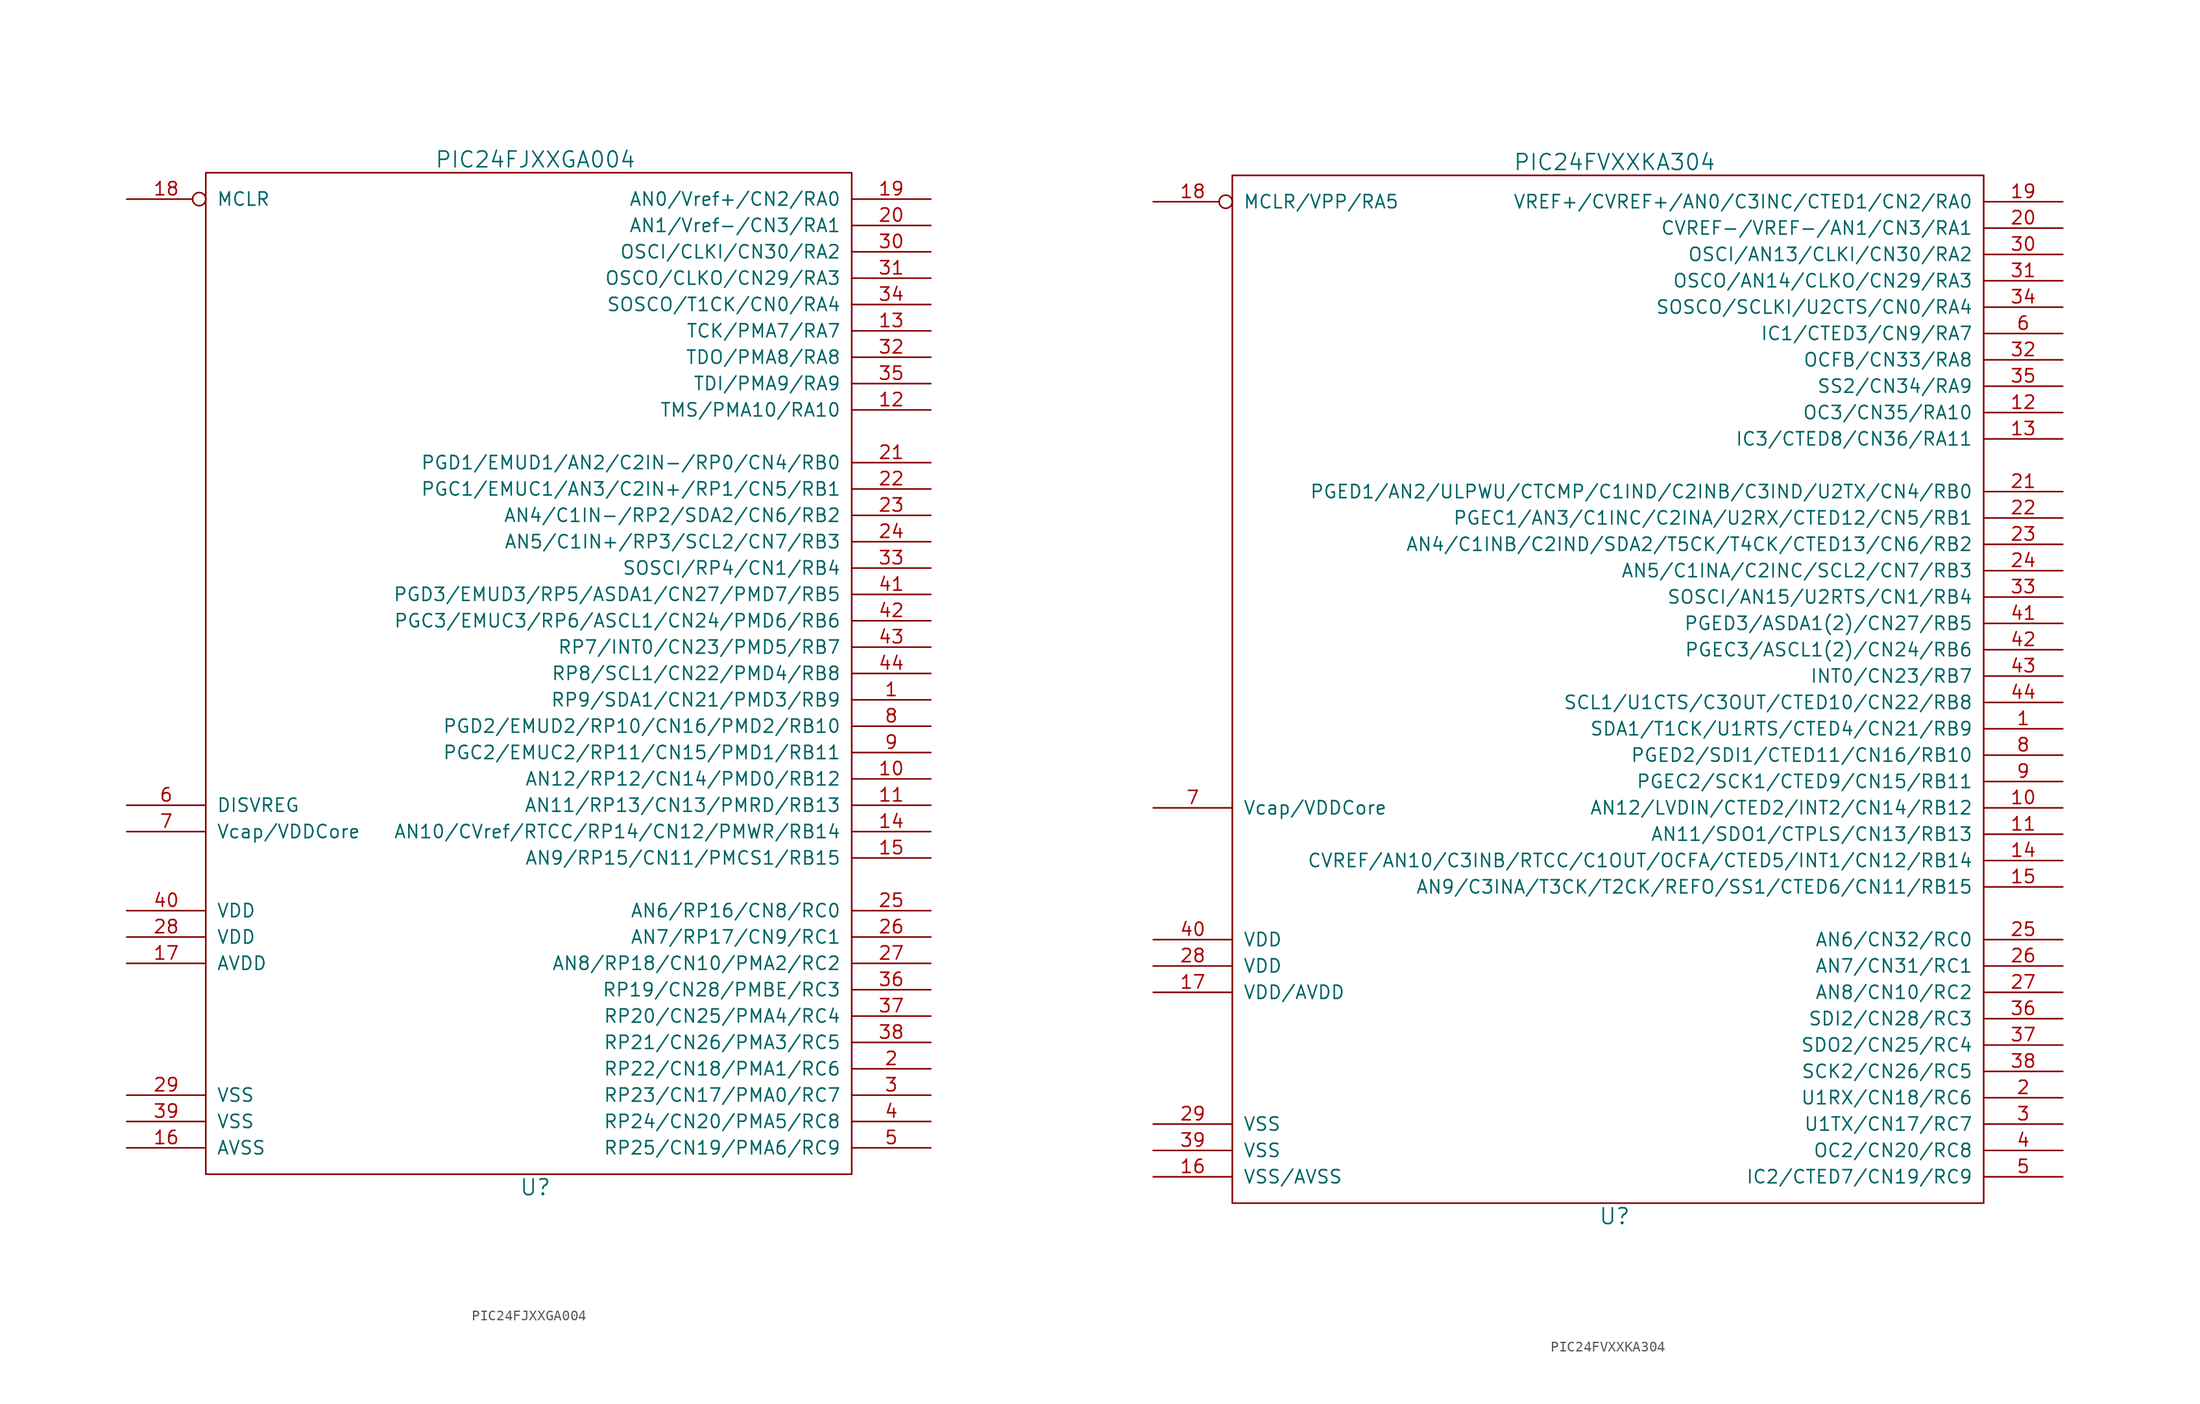
<source format=kicad_sym>
(kicad_symbol_lib
  (version 20231120)
  (generator "kicad_symbol_editor")
  (generator_version "8.0")
  (symbol "PIC24FJXXGA004"
    (pin_names
      (offset 1.016))
    (property "Reference" "U"
      (at 0 -49.53 0)
      (effects (font (size 1.524 1.524))))
    (property "Value" "PIC24FJXXGA004"
      (at 0 49.53 0)
      (effects (font (size 1.524 1.524))))
    (property "Footprint" ""
      (at 0 0 0)
      (effects (font (size 1.524 1.524))))
    (property "Datasheet" ""
      (at 0 0 0)
      (effects (font (size 1.524 1.524))))
    (symbol "PIC24FJXXGA004_0_1"
      (rectangle (start 30.48 48.26) (end -31.75 -48.26) (stroke (width 0) (type solid)) (fill (type none))))
    (symbol "PIC24FJXXGA004_1_1"
      (pin bidirectional line (at 38.1 -2.54 180) (length 7.62) (name "RP9/SDA1/CN21/PMD3/RB9" (effects (font (size 1.27 1.27)))) (number "1" (effects (font (size 1.27 1.27)))))
      (pin bidirectional line (at 38.1 -10.16 180) (length 7.62) (name "AN12/RP12/CN14/PMD0/RB12" (effects (font (size 1.27 1.27)))) (number "10" (effects (font (size 1.27 1.27)))))
      (pin bidirectional line (at 38.1 -12.7 180) (length 7.62) (name "AN11/RP13/CN13/PMRD/RB13" (effects (font (size 1.27 1.27)))) (number "11" (effects (font (size 1.27 1.27)))))
      (pin bidirectional line (at 38.1 25.4 180) (length 7.62) (name "TMS/PMA10/RA10" (effects (font (size 1.27 1.27)))) (number "12" (effects (font (size 1.27 1.27)))))
      (pin bidirectional line (at 38.1 33.02 180) (length 7.62) (name "TCK/PMA7/RA7" (effects (font (size 1.27 1.27)))) (number "13" (effects (font (size 1.27 1.27)))))
      (pin bidirectional line (at 38.1 -15.24 180) (length 7.62) (name "AN10/CVref/RTCC/RP14/CN12/PMWR/RB14" (effects (font (size 1.27 1.27)))) (number "14" (effects (font (size 1.27 1.27)))))
      (pin bidirectional line (at 38.1 -17.78 180) (length 7.62) (name "AN9/RP15/CN11/PMCS1/RB15" (effects (font (size 1.27 1.27)))) (number "15" (effects (font (size 1.27 1.27)))))
      (pin power_in line (at -39.37 -45.72 0) (length 7.62) (name "AVSS" (effects (font (size 1.27 1.27)))) (number "16" (effects (font (size 1.27 1.27)))))
      (pin power_in line (at -39.37 -27.94 0) (length 7.62) (name "AVDD" (effects (font (size 1.27 1.27)))) (number "17" (effects (font (size 1.27 1.27)))))
      (pin input inverted (at -39.37 45.72 0) (length 7.62) (name "MCLR" (effects (font (size 1.27 1.27)))) (number "18" (effects (font (size 1.27 1.27)))))
      (pin bidirectional line (at 38.1 45.72 180) (length 7.62) (name "AN0/Vref+/CN2/RA0" (effects (font (size 1.27 1.27)))) (number "19" (effects (font (size 1.27 1.27)))))
      (pin bidirectional line (at 38.1 -38.1 180) (length 7.62) (name "RP22/CN18/PMA1/RC6" (effects (font (size 1.27 1.27)))) (number "2" (effects (font (size 1.27 1.27)))))
      (pin bidirectional line (at 38.1 43.18 180) (length 7.62) (name "AN1/Vref-/CN3/RA1" (effects (font (size 1.27 1.27)))) (number "20" (effects (font (size 1.27 1.27)))))
      (pin bidirectional line (at 38.1 20.32 180) (length 7.62) (name "PGD1/EMUD1/AN2/C2IN-/RP0/CN4/RB0" (effects (font (size 1.27 1.27)))) (number "21" (effects (font (size 1.27 1.27)))))
      (pin bidirectional line (at 38.1 17.78 180) (length 7.62) (name "PGC1/EMUC1/AN3/C2IN+/RP1/CN5/RB1" (effects (font (size 1.27 1.27)))) (number "22" (effects (font (size 1.27 1.27)))))
      (pin bidirectional line (at 38.1 15.24 180) (length 7.62) (name "AN4/C1IN-/RP2/SDA2/CN6/RB2" (effects (font (size 1.27 1.27)))) (number "23" (effects (font (size 1.27 1.27)))))
      (pin bidirectional line (at 38.1 12.7 180) (length 7.62) (name "AN5/C1IN+/RP3/SCL2/CN7/RB3" (effects (font (size 1.27 1.27)))) (number "24" (effects (font (size 1.27 1.27)))))
      (pin bidirectional line (at 38.1 -22.86 180) (length 7.62) (name "AN6/RP16/CN8/RC0" (effects (font (size 1.27 1.27)))) (number "25" (effects (font (size 1.27 1.27)))))
      (pin bidirectional line (at 38.1 -25.4 180) (length 7.62) (name "AN7/RP17/CN9/RC1" (effects (font (size 1.27 1.27)))) (number "26" (effects (font (size 1.27 1.27)))))
      (pin bidirectional line (at 38.1 -27.94 180) (length 7.62) (name "AN8/RP18/CN10/PMA2/RC2" (effects (font (size 1.27 1.27)))) (number "27" (effects (font (size 1.27 1.27)))))
      (pin power_in line (at -39.37 -25.4 0) (length 7.62) (name "VDD" (effects (font (size 1.27 1.27)))) (number "28" (effects (font (size 1.27 1.27)))))
      (pin power_in line (at -39.37 -40.64 0) (length 7.62) (name "VSS" (effects (font (size 1.27 1.27)))) (number "29" (effects (font (size 1.27 1.27)))))
      (pin bidirectional line (at 38.1 -40.64 180) (length 7.62) (name "RP23/CN17/PMA0/RC7" (effects (font (size 1.27 1.27)))) (number "3" (effects (font (size 1.27 1.27)))))
      (pin bidirectional line (at 38.1 40.64 180) (length 7.62) (name "OSCI/CLKI/CN30/RA2" (effects (font (size 1.27 1.27)))) (number "30" (effects (font (size 1.27 1.27)))))
      (pin bidirectional line (at 38.1 38.1 180) (length 7.62) (name "OSCO/CLKO/CN29/RA3" (effects (font (size 1.27 1.27)))) (number "31" (effects (font (size 1.27 1.27)))))
      (pin bidirectional line (at 38.1 30.48 180) (length 7.62) (name "TDO/PMA8/RA8" (effects (font (size 1.27 1.27)))) (number "32" (effects (font (size 1.27 1.27)))))
      (pin bidirectional line (at 38.1 10.16 180) (length 7.62) (name "SOSCI/RP4/CN1/RB4" (effects (font (size 1.27 1.27)))) (number "33" (effects (font (size 1.27 1.27)))))
      (pin bidirectional line (at 38.1 35.56 180) (length 7.62) (name "SOSCO/T1CK/CN0/RA4" (effects (font (size 1.27 1.27)))) (number "34" (effects (font (size 1.27 1.27)))))
      (pin bidirectional line (at 38.1 27.94 180) (length 7.62) (name "TDI/PMA9/RA9" (effects (font (size 1.27 1.27)))) (number "35" (effects (font (size 1.27 1.27)))))
      (pin bidirectional line (at 38.1 -30.48 180) (length 7.62) (name "RP19/CN28/PMBE/RC3" (effects (font (size 1.27 1.27)))) (number "36" (effects (font (size 1.27 1.27)))))
      (pin bidirectional line (at 38.1 -33.02 180) (length 7.62) (name "RP20/CN25/PMA4/RC4" (effects (font (size 1.27 1.27)))) (number "37" (effects (font (size 1.27 1.27)))))
      (pin bidirectional line (at 38.1 -35.56 180) (length 7.62) (name "RP21/CN26/PMA3/RC5" (effects (font (size 1.27 1.27)))) (number "38" (effects (font (size 1.27 1.27)))))
      (pin power_in line (at -39.37 -43.18 0) (length 7.62) (name "VSS" (effects (font (size 1.27 1.27)))) (number "39" (effects (font (size 1.27 1.27)))))
      (pin bidirectional line (at 38.1 -43.18 180) (length 7.62) (name "RP24/CN20/PMA5/RC8" (effects (font (size 1.27 1.27)))) (number "4" (effects (font (size 1.27 1.27)))))
      (pin power_in line (at -39.37 -22.86 0) (length 7.62) (name "VDD" (effects (font (size 1.27 1.27)))) (number "40" (effects (font (size 1.27 1.27)))))
      (pin bidirectional line (at 38.1 7.62 180) (length 7.62) (name "PGD3/EMUD3/RP5/ASDA1/CN27/PMD7/RB5" (effects (font (size 1.27 1.27)))) (number "41" (effects (font (size 1.27 1.27)))))
      (pin bidirectional line (at 38.1 5.08 180) (length 7.62) (name "PGC3/EMUC3/RP6/ASCL1/CN24/PMD6/RB6" (effects (font (size 1.27 1.27)))) (number "42" (effects (font (size 1.27 1.27)))))
      (pin bidirectional line (at 38.1 2.54 180) (length 7.62) (name "RP7/INT0/CN23/PMD5/RB7" (effects (font (size 1.27 1.27)))) (number "43" (effects (font (size 1.27 1.27)))))
      (pin bidirectional line (at 38.1 0 180) (length 7.62) (name "RP8/SCL1/CN22/PMD4/RB8" (effects (font (size 1.27 1.27)))) (number "44" (effects (font (size 1.27 1.27)))))
      (pin bidirectional line (at 38.1 -45.72 180) (length 7.62) (name "RP25/CN19/PMA6/RC9" (effects (font (size 1.27 1.27)))) (number "5" (effects (font (size 1.27 1.27)))))
      (pin input line (at -39.37 -12.7 0) (length 7.62) (name "DISVREG" (effects (font (size 1.27 1.27)))) (number "6" (effects (font (size 1.27 1.27)))))
      (pin output line (at -39.37 -15.24 0) (length 7.62) (name "Vcap/VDDCore" (effects (font (size 1.27 1.27)))) (number "7" (effects (font (size 1.27 1.27)))))
      (pin bidirectional line (at 38.1 -5.08 180) (length 7.62) (name "PGD2/EMUD2/RP10/CN16/PMD2/RB10" (effects (font (size 1.27 1.27)))) (number "8" (effects (font (size 1.27 1.27)))))
      (pin bidirectional line (at 38.1 -7.62 180) (length 7.62) (name "PGC2/EMUC2/RP11/CN15/PMD1/RB11" (effects (font (size 1.27 1.27)))) (number "9" (effects (font (size 1.27 1.27)))))))
  (symbol "PIC24FVXXKA304"
    (pin_names
      (offset 1.016))
    (property "Reference" "U"
      (at 0 -49.53 0)
      (effects (font (size 1.524 1.524))))
    (property "Value" "PIC24FVXXKA304"
      (at 0 52.07 0)
      (effects (font (size 1.524 1.524))))
    (property "Footprint" ""
      (at 0 0 0)
      (effects (font (size 1.524 1.524))))
    (property "Datasheet" ""
      (at 0 0 0)
      (effects (font (size 1.524 1.524))))
    (symbol "PIC24FVXXKA304_0_1"
      (rectangle (start 35.56 50.8) (end -36.83 -48.26) (stroke (width 0) (type solid)) (fill (type none))))
    (symbol "PIC24FVXXKA304_1_1"
      (pin bidirectional line (at 43.18 -2.54 180) (length 7.62) (name "SDA1/T1CK/U1RTS/CTED4/CN21/RB9" (effects (font (size 1.27 1.27)))) (number "1" (effects (font (size 1.27 1.27)))))
      (pin bidirectional line (at 43.18 -10.16 180) (length 7.62) (name "AN12/LVDIN/CTED2/INT2/CN14/RB12" (effects (font (size 1.27 1.27)))) (number "10" (effects (font (size 1.27 1.27)))))
      (pin bidirectional line (at 43.18 -12.7 180) (length 7.62) (name "AN11/SDO1/CTPLS/CN13/RB13" (effects (font (size 1.27 1.27)))) (number "11" (effects (font (size 1.27 1.27)))))
      (pin bidirectional line (at 43.18 27.94 180) (length 7.62) (name "OC3/CN35/RA10" (effects (font (size 1.27 1.27)))) (number "12" (effects (font (size 1.27 1.27)))))
      (pin bidirectional line (at 43.18 25.4 180) (length 7.62) (name "IC3/CTED8/CN36/RA11" (effects (font (size 1.27 1.27)))) (number "13" (effects (font (size 1.27 1.27)))))
      (pin bidirectional line (at 43.18 -15.24 180) (length 7.62) (name "CVREF/AN10/C3INB/RTCC/C1OUT/OCFA/CTED5/INT1/CN12/RB14" (effects (font (size 1.27 1.27)))) (number "14" (effects (font (size 1.27 1.27)))))
      (pin bidirectional line (at 43.18 -17.78 180) (length 7.62) (name "AN9/C3INA/T3CK/T2CK/REFO/SS1/CTED6/CN11/RB15" (effects (font (size 1.27 1.27)))) (number "15" (effects (font (size 1.27 1.27)))))
      (pin power_in line (at -44.45 -45.72 0) (length 7.62) (name "VSS/AVSS" (effects (font (size 1.27 1.27)))) (number "16" (effects (font (size 1.27 1.27)))))
      (pin power_in line (at -44.45 -27.94 0) (length 7.62) (name "VDD/AVDD" (effects (font (size 1.27 1.27)))) (number "17" (effects (font (size 1.27 1.27)))))
      (pin input inverted (at -44.45 48.26 0) (length 7.62) (name "MCLR/VPP/RA5" (effects (font (size 1.27 1.27)))) (number "18" (effects (font (size 1.27 1.27)))))
      (pin bidirectional line (at 43.18 48.26 180) (length 7.62) (name "VREF+/CVREF+/AN0/C3INC/CTED1/CN2/RA0" (effects (font (size 1.27 1.27)))) (number "19" (effects (font (size 1.27 1.27)))))
      (pin bidirectional line (at 43.18 -38.1 180) (length 7.62) (name "U1RX/CN18/RC6" (effects (font (size 1.27 1.27)))) (number "2" (effects (font (size 1.27 1.27)))))
      (pin bidirectional line (at 43.18 45.72 180) (length 7.62) (name "CVREF-/VREF-/AN1/CN3/RA1" (effects (font (size 1.27 1.27)))) (number "20" (effects (font (size 1.27 1.27)))))
      (pin bidirectional line (at 43.18 20.32 180) (length 7.62) (name "PGED1/AN2/ULPWU/CTCMP/C1IND/C2INB/C3IND/U2TX/CN4/RB0" (effects (font (size 1.27 1.27)))) (number "21" (effects (font (size 1.27 1.27)))))
      (pin bidirectional line (at 43.18 17.78 180) (length 7.62) (name "PGEC1/AN3/C1INC/C2INA/U2RX/CTED12/CN5/RB1" (effects (font (size 1.27 1.27)))) (number "22" (effects (font (size 1.27 1.27)))))
      (pin bidirectional line (at 43.18 15.24 180) (length 7.62) (name "AN4/C1INB/C2IND/SDA2/T5CK/T4CK/CTED13/CN6/RB2" (effects (font (size 1.27 1.27)))) (number "23" (effects (font (size 1.27 1.27)))))
      (pin bidirectional line (at 43.18 12.7 180) (length 7.62) (name "AN5/C1INA/C2INC/SCL2/CN7/RB3" (effects (font (size 1.27 1.27)))) (number "24" (effects (font (size 1.27 1.27)))))
      (pin bidirectional line (at 43.18 -22.86 180) (length 7.62) (name "AN6/CN32/RC0" (effects (font (size 1.27 1.27)))) (number "25" (effects (font (size 1.27 1.27)))))
      (pin bidirectional line (at 43.18 -25.4 180) (length 7.62) (name "AN7/CN31/RC1" (effects (font (size 1.27 1.27)))) (number "26" (effects (font (size 1.27 1.27)))))
      (pin bidirectional line (at 43.18 -27.94 180) (length 7.62) (name "AN8/CN10/RC2" (effects (font (size 1.27 1.27)))) (number "27" (effects (font (size 1.27 1.27)))))
      (pin power_in line (at -44.45 -25.4 0) (length 7.62) (name "VDD" (effects (font (size 1.27 1.27)))) (number "28" (effects (font (size 1.27 1.27)))))
      (pin power_in line (at -44.45 -40.64 0) (length 7.62) (name "VSS" (effects (font (size 1.27 1.27)))) (number "29" (effects (font (size 1.27 1.27)))))
      (pin bidirectional line (at 43.18 -40.64 180) (length 7.62) (name "U1TX/CN17/RC7" (effects (font (size 1.27 1.27)))) (number "3" (effects (font (size 1.27 1.27)))))
      (pin bidirectional line (at 43.18 43.18 180) (length 7.62) (name "OSCI/AN13/CLKI/CN30/RA2" (effects (font (size 1.27 1.27)))) (number "30" (effects (font (size 1.27 1.27)))))
      (pin bidirectional line (at 43.18 40.64 180) (length 7.62) (name "OSCO/AN14/CLKO/CN29/RA3" (effects (font (size 1.27 1.27)))) (number "31" (effects (font (size 1.27 1.27)))))
      (pin bidirectional line (at 43.18 33.02 180) (length 7.62) (name "OCFB/CN33/RA8" (effects (font (size 1.27 1.27)))) (number "32" (effects (font (size 1.27 1.27)))))
      (pin bidirectional line (at 43.18 10.16 180) (length 7.62) (name "SOSCI/AN15/U2RTS/CN1/RB4" (effects (font (size 1.27 1.27)))) (number "33" (effects (font (size 1.27 1.27)))))
      (pin bidirectional line (at 43.18 38.1 180) (length 7.62) (name "SOSCO/SCLKI/U2CTS/CN0/RA4" (effects (font (size 1.27 1.27)))) (number "34" (effects (font (size 1.27 1.27)))))
      (pin bidirectional line (at 43.18 30.48 180) (length 7.62) (name "SS2/CN34/RA9" (effects (font (size 1.27 1.27)))) (number "35" (effects (font (size 1.27 1.27)))))
      (pin bidirectional line (at 43.18 -30.48 180) (length 7.62) (name "SDI2/CN28/RC3" (effects (font (size 1.27 1.27)))) (number "36" (effects (font (size 1.27 1.27)))))
      (pin bidirectional line (at 43.18 -33.02 180) (length 7.62) (name "SDO2/CN25/RC4" (effects (font (size 1.27 1.27)))) (number "37" (effects (font (size 1.27 1.27)))))
      (pin bidirectional line (at 43.18 -35.56 180) (length 7.62) (name "SCK2/CN26/RC5" (effects (font (size 1.27 1.27)))) (number "38" (effects (font (size 1.27 1.27)))))
      (pin power_in line (at -44.45 -43.18 0) (length 7.62) (name "VSS" (effects (font (size 1.27 1.27)))) (number "39" (effects (font (size 1.27 1.27)))))
      (pin bidirectional line (at 43.18 -43.18 180) (length 7.62) (name "OC2/CN20/RC8" (effects (font (size 1.27 1.27)))) (number "4" (effects (font (size 1.27 1.27)))))
      (pin power_in line (at -44.45 -22.86 0) (length 7.62) (name "VDD" (effects (font (size 1.27 1.27)))) (number "40" (effects (font (size 1.27 1.27)))))
      (pin bidirectional line (at 43.18 7.62 180) (length 7.62) (name "PGED3/ASDA1(2)/CN27/RB5" (effects (font (size 1.27 1.27)))) (number "41" (effects (font (size 1.27 1.27)))))
      (pin bidirectional line (at 43.18 5.08 180) (length 7.62) (name "PGEC3/ASCL1(2)/CN24/RB6" (effects (font (size 1.27 1.27)))) (number "42" (effects (font (size 1.27 1.27)))))
      (pin bidirectional line (at 43.18 2.54 180) (length 7.62) (name "INT0/CN23/RB7" (effects (font (size 1.27 1.27)))) (number "43" (effects (font (size 1.27 1.27)))))
      (pin bidirectional line (at 43.18 0 180) (length 7.62) (name "SCL1/U1CTS/C3OUT/CTED10/CN22/RB8" (effects (font (size 1.27 1.27)))) (number "44" (effects (font (size 1.27 1.27)))))
      (pin bidirectional line (at 43.18 -45.72 180) (length 7.62) (name "IC2/CTED7/CN19/RC9" (effects (font (size 1.27 1.27)))) (number "5" (effects (font (size 1.27 1.27)))))
      (pin bidirectional line (at 43.18 35.56 180) (length 7.62) (name "IC1/CTED3/CN9/RA7" (effects (font (size 1.27 1.27)))) (number "6" (effects (font (size 1.27 1.27)))))
      (pin output line (at -44.45 -10.16 0) (length 7.62) (name "Vcap/VDDCore" (effects (font (size 1.27 1.27)))) (number "7" (effects (font (size 1.27 1.27)))))
      (pin bidirectional line (at 43.18 -5.08 180) (length 7.62) (name "PGED2/SDI1/CTED11/CN16/RB10" (effects (font (size 1.27 1.27)))) (number "8" (effects (font (size 1.27 1.27)))))
      (pin bidirectional line (at 43.18 -7.62 180) (length 7.62) (name "PGEC2/SCK1/CTED9/CN15/RB11" (effects (font (size 1.27 1.27)))) (number "9" (effects (font (size 1.27 1.27))))))))
</source>
